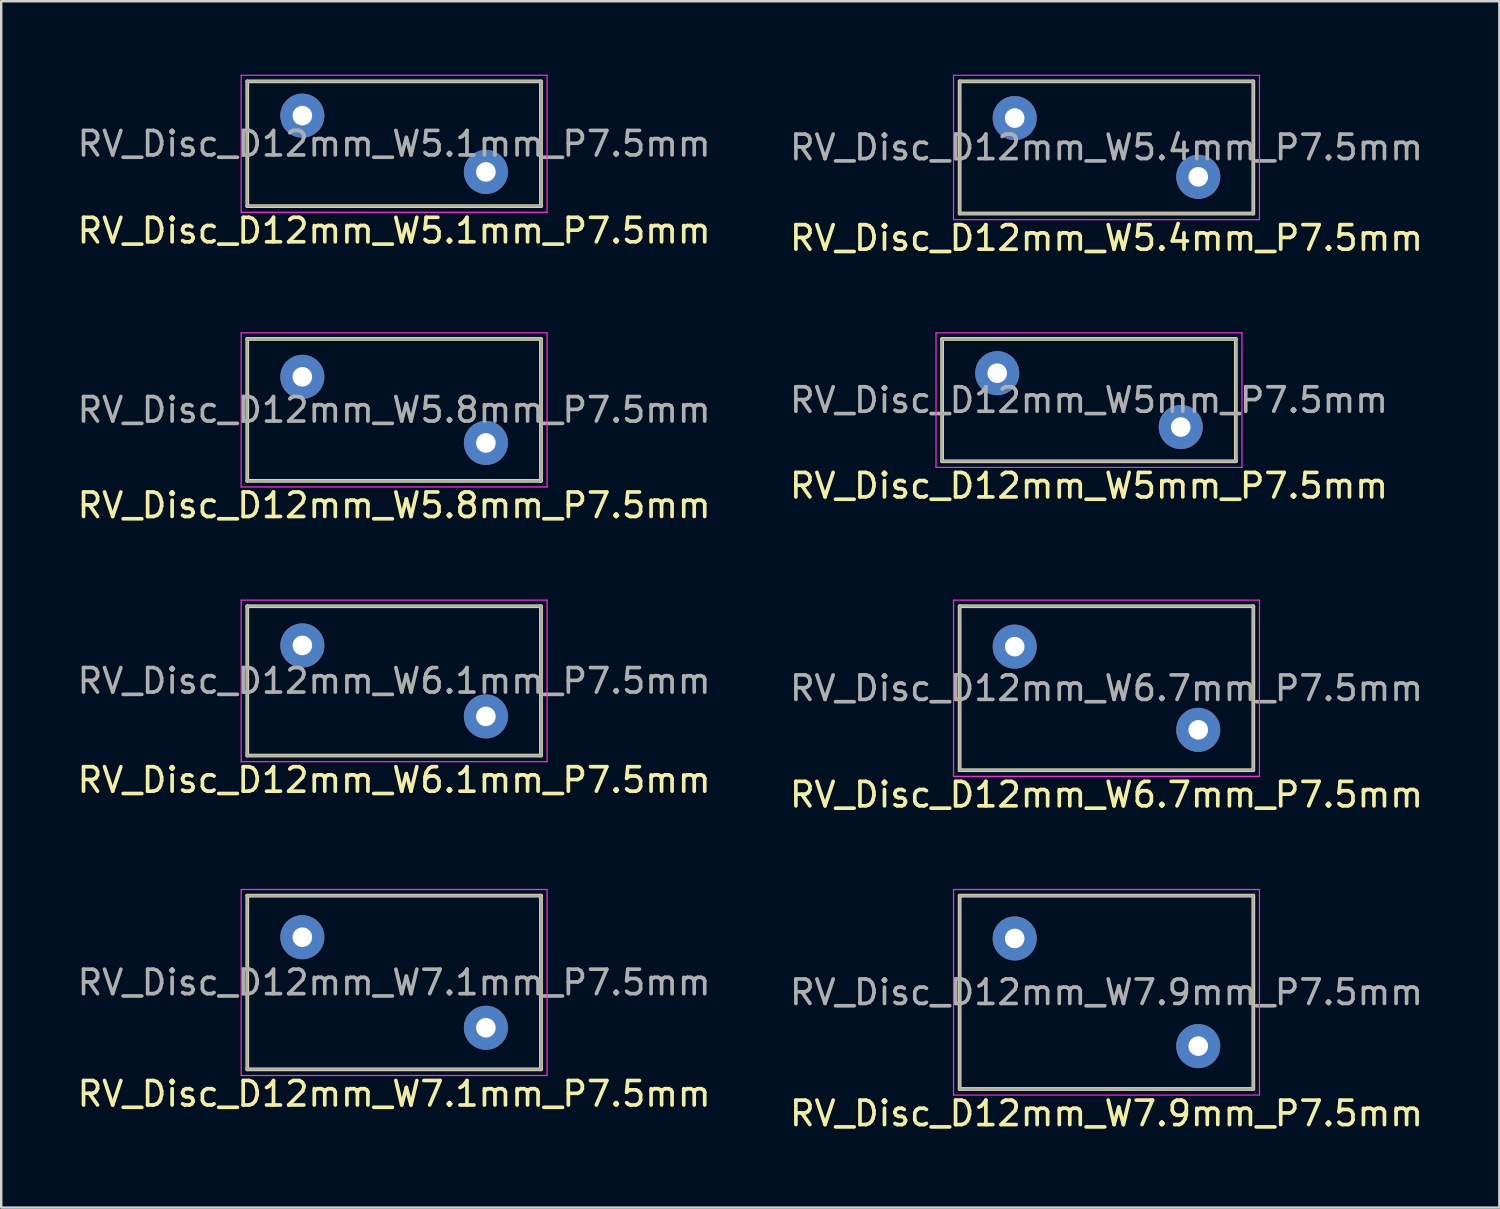
<source format=kicad_pcb>
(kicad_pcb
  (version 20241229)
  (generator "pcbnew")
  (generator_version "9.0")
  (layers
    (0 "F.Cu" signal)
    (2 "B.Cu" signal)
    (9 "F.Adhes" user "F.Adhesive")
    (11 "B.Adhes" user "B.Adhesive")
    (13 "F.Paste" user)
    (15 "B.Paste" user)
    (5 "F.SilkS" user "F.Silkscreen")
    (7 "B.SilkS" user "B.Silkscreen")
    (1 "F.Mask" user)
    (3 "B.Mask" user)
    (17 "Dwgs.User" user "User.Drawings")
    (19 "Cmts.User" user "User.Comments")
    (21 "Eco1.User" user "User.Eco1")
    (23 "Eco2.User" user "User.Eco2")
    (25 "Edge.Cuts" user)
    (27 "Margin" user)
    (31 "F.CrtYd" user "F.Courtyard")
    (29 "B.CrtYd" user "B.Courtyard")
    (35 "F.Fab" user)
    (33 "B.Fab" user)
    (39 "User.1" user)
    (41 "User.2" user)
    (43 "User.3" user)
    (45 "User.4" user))
  (footprint "RV_Disc_D12mm_W7.9mm_P7.5mm"
    (layer "F.Cu")
    (at 38.411 35.295)
    (property "Reference" "RV_Disc_D12mm_W7.9mm_P7.5mm" (at 3.75 7.15 0) (layer "F.SilkS") (effects (font (size 1 1) (thickness 0.15))))
    (attr through_hole)
    (fp_line (start -2.25 -1.75) (end -2.25 6.15) (stroke (width 0.15) (type solid)) (layer "F.SilkS"))
    (fp_line (start -2.25 -1.75) (end 9.75 -1.75) (stroke (width 0.15) (type solid)) (layer "F.SilkS"))
    (fp_line (start -2.25 6.15) (end 9.75 6.15) (stroke (width 0.15) (type solid)) (layer "F.SilkS"))
    (fp_line (start 9.75 -1.75) (end 9.75 6.15) (stroke (width 0.15) (type solid)) (layer "F.SilkS"))
    (fp_line (start -2.5 -2) (end -2.5 6.4) (stroke (width 0.05) (type solid)) (layer "F.CrtYd"))
    (fp_line (start -2.5 -2) (end 10 -2) (stroke (width 0.05) (type solid)) (layer "F.CrtYd"))
    (fp_line (start -2.5 6.4) (end 10 6.4) (stroke (width 0.05) (type solid)) (layer "F.CrtYd"))
    (fp_line (start 10 -2) (end 10 6.4) (stroke (width 0.05) (type solid)) (layer "F.CrtYd"))
    (fp_line (start -2.25 -1.75) (end -2.25 6.15) (stroke (width 0.1) (type solid)) (layer "F.Fab"))
    (fp_line (start -2.25 -1.75) (end 9.75 -1.75) (stroke (width 0.1) (type solid)) (layer "F.Fab"))
    (fp_line (start -2.25 6.15) (end 9.75 6.15) (stroke (width 0.1) (type solid)) (layer "F.Fab"))
    (fp_line (start 9.75 -1.75) (end 9.75 6.15) (stroke (width 0.1) (type solid)) (layer "F.Fab"))
    (fp_text user "${REFERENCE}" (at 3.75 2.2 0) (layer "F.Fab") (effects (font (size 1 1) (thickness 0.15))))
    (pad "1" thru_hole circle (at 0 0) (size 1.8 1.8) (drill 0.8) (layers "*.Cu" "*.Mask"))
    (pad "2" thru_hole circle (at 7.5 4.4) (size 1.8 1.8) (drill 0.8) (layers "*.Cu" "*.Mask")))
  (footprint "RV_Disc_D12mm_W5.8mm_P7.5mm"
    (layer "F.Cu")
    (at 9.304 12.348)
    (property "Reference" "RV_Disc_D12mm_W5.8mm_P7.5mm" (at 3.75 5.25 0) (layer "F.SilkS") (effects (font (size 1 1) (thickness 0.15))))
    (attr through_hole)
    (fp_line (start -2.25 -1.55) (end -2.25 4.25) (stroke (width 0.15) (type solid)) (layer "F.SilkS"))
    (fp_line (start -2.25 -1.55) (end 9.75 -1.55) (stroke (width 0.15) (type solid)) (layer "F.SilkS"))
    (fp_line (start -2.25 4.25) (end 9.75 4.25) (stroke (width 0.15) (type solid)) (layer "F.SilkS"))
    (fp_line (start 9.75 -1.55) (end 9.75 4.25) (stroke (width 0.15) (type solid)) (layer "F.SilkS"))
    (fp_line (start -2.5 -1.8) (end -2.5 4.5) (stroke (width 0.05) (type solid)) (layer "F.CrtYd"))
    (fp_line (start -2.5 -1.8) (end 10 -1.8) (stroke (width 0.05) (type solid)) (layer "F.CrtYd"))
    (fp_line (start -2.5 4.5) (end 10 4.5) (stroke (width 0.05) (type solid)) (layer "F.CrtYd"))
    (fp_line (start 10 -1.8) (end 10 4.5) (stroke (width 0.05) (type solid)) (layer "F.CrtYd"))
    (fp_line (start -2.25 -1.55) (end -2.25 4.25) (stroke (width 0.1) (type solid)) (layer "F.Fab"))
    (fp_line (start -2.25 -1.55) (end 9.75 -1.55) (stroke (width 0.1) (type solid)) (layer "F.Fab"))
    (fp_line (start -2.25 4.25) (end 9.75 4.25) (stroke (width 0.1) (type solid)) (layer "F.Fab"))
    (fp_line (start 9.75 -1.55) (end 9.75 4.25) (stroke (width 0.1) (type solid)) (layer "F.Fab"))
    (fp_text user "${REFERENCE}" (at 3.75 1.35 0) (layer "F.Fab") (effects (font (size 1 1) (thickness 0.15))))
    (pad "1" thru_hole circle (at 0 0) (size 1.8 1.8) (drill 0.8) (layers "*.Cu" "*.Mask"))
    (pad "2" thru_hole circle (at 7.5 2.7) (size 1.8 1.8) (drill 0.8) (layers "*.Cu" "*.Mask")))
  (footprint "RV_Disc_D12mm_W6.7mm_P7.5mm"
    (layer "F.Cu")
    (at 38.411 23.372)
    (property "Reference" "RV_Disc_D12mm_W6.7mm_P7.5mm" (at 3.75 6.05 0) (layer "F.SilkS") (effects (font (size 1 1) (thickness 0.15))))
    (attr through_hole)
    (fp_line (start -2.25 -1.65) (end -2.25 5.05) (stroke (width 0.15) (type solid)) (layer "F.SilkS"))
    (fp_line (start -2.25 -1.65) (end 9.75 -1.65) (stroke (width 0.15) (type solid)) (layer "F.SilkS"))
    (fp_line (start -2.25 5.05) (end 9.75 5.05) (stroke (width 0.15) (type solid)) (layer "F.SilkS"))
    (fp_line (start 9.75 -1.65) (end 9.75 5.05) (stroke (width 0.15) (type solid)) (layer "F.SilkS"))
    (fp_line (start -2.5 -1.9) (end -2.5 5.3) (stroke (width 0.05) (type solid)) (layer "F.CrtYd"))
    (fp_line (start -2.5 -1.9) (end 10 -1.9) (stroke (width 0.05) (type solid)) (layer "F.CrtYd"))
    (fp_line (start -2.5 5.3) (end 10 5.3) (stroke (width 0.05) (type solid)) (layer "F.CrtYd"))
    (fp_line (start 10 -1.9) (end 10 5.3) (stroke (width 0.05) (type solid)) (layer "F.CrtYd"))
    (fp_line (start -2.25 -1.65) (end -2.25 5.05) (stroke (width 0.1) (type solid)) (layer "F.Fab"))
    (fp_line (start -2.25 -1.65) (end 9.75 -1.65) (stroke (width 0.1) (type solid)) (layer "F.Fab"))
    (fp_line (start -2.25 5.05) (end 9.75 5.05) (stroke (width 0.1) (type solid)) (layer "F.Fab"))
    (fp_line (start 9.75 -1.65) (end 9.75 5.05) (stroke (width 0.1) (type solid)) (layer "F.Fab"))
    (fp_text user "${REFERENCE}" (at 3.75 1.7 0) (layer "F.Fab") (effects (font (size 1 1) (thickness 0.15))))
    (pad "1" thru_hole circle (at 0 0) (size 1.8 1.8) (drill 0.8) (layers "*.Cu" "*.Mask"))
    (pad "2" thru_hole circle (at 7.5 3.4) (size 1.8 1.8) (drill 0.8) (layers "*.Cu" "*.Mask")))
  (footprint "RV_Disc_D12mm_W5mm_P7.5mm"
    (layer "F.Cu")
    (at 37.696 12.198)
    (property "Reference" "RV_Disc_D12mm_W5mm_P7.5mm" (at 3.75 4.6 0) (layer "F.SilkS") (effects (font (size 1 1) (thickness 0.15))))
    (attr through_hole)
    (fp_line (start -2.25 -1.4) (end -2.25 3.6) (stroke (width 0.15) (type solid)) (layer "F.SilkS"))
    (fp_line (start -2.25 -1.4) (end 9.75 -1.4) (stroke (width 0.15) (type solid)) (layer "F.SilkS"))
    (fp_line (start -2.25 3.6) (end 9.75 3.6) (stroke (width 0.15) (type solid)) (layer "F.SilkS"))
    (fp_line (start 9.75 -1.4) (end 9.75 3.6) (stroke (width 0.15) (type solid)) (layer "F.SilkS"))
    (fp_line (start -2.5 -1.65) (end -2.5 3.85) (stroke (width 0.05) (type solid)) (layer "F.CrtYd"))
    (fp_line (start -2.5 -1.65) (end 10 -1.65) (stroke (width 0.05) (type solid)) (layer "F.CrtYd"))
    (fp_line (start -2.5 3.85) (end 10 3.85) (stroke (width 0.05) (type solid)) (layer "F.CrtYd"))
    (fp_line (start 10 -1.65) (end 10 3.85) (stroke (width 0.05) (type solid)) (layer "F.CrtYd"))
    (fp_line (start -2.25 -1.4) (end -2.25 3.6) (stroke (width 0.1) (type solid)) (layer "F.Fab"))
    (fp_line (start -2.25 -1.4) (end 9.75 -1.4) (stroke (width 0.1) (type solid)) (layer "F.Fab"))
    (fp_line (start -2.25 3.6) (end 9.75 3.6) (stroke (width 0.1) (type solid)) (layer "F.Fab"))
    (fp_line (start 9.75 -1.4) (end 9.75 3.6) (stroke (width 0.1) (type solid)) (layer "F.Fab"))
    (fp_text user "${REFERENCE}" (at 3.75 1.1 0) (layer "F.Fab") (effects (font (size 1 1) (thickness 0.15))))
    (pad "1" thru_hole circle (at 0 0) (size 1.8 1.8) (drill 0.8) (layers "*.Cu" "*.Mask"))
    (pad "2" thru_hole circle (at 7.5 2.2) (size 1.8 1.8) (drill 0.8) (layers "*.Cu" "*.Mask")))
  (footprint "RV_Disc_D12mm_W7.1mm_P7.5mm"
    (layer "F.Cu")
    (at 9.304 35.245)
    (property "Reference" "RV_Disc_D12mm_W7.1mm_P7.5mm" (at 3.75 6.4 0) (layer "F.SilkS") (effects (font (size 1 1) (thickness 0.15))))
    (attr through_hole)
    (fp_line (start -2.25 -1.7) (end -2.25 5.4) (stroke (width 0.15) (type solid)) (layer "F.SilkS"))
    (fp_line (start -2.25 -1.7) (end 9.75 -1.7) (stroke (width 0.15) (type solid)) (layer "F.SilkS"))
    (fp_line (start -2.25 5.4) (end 9.75 5.4) (stroke (width 0.15) (type solid)) (layer "F.SilkS"))
    (fp_line (start 9.75 -1.7) (end 9.75 5.4) (stroke (width 0.15) (type solid)) (layer "F.SilkS"))
    (fp_line (start -2.5 -1.95) (end -2.5 5.65) (stroke (width 0.05) (type solid)) (layer "F.CrtYd"))
    (fp_line (start -2.5 -1.95) (end 10 -1.95) (stroke (width 0.05) (type solid)) (layer "F.CrtYd"))
    (fp_line (start -2.5 5.65) (end 10 5.65) (stroke (width 0.05) (type solid)) (layer "F.CrtYd"))
    (fp_line (start 10 -1.95) (end 10 5.65) (stroke (width 0.05) (type solid)) (layer "F.CrtYd"))
    (fp_line (start -2.25 -1.7) (end -2.25 5.4) (stroke (width 0.1) (type solid)) (layer "F.Fab"))
    (fp_line (start -2.25 -1.7) (end 9.75 -1.7) (stroke (width 0.1) (type solid)) (layer "F.Fab"))
    (fp_line (start -2.25 5.4) (end 9.75 5.4) (stroke (width 0.1) (type solid)) (layer "F.Fab"))
    (fp_line (start 9.75 -1.7) (end 9.75 5.4) (stroke (width 0.1) (type solid)) (layer "F.Fab"))
    (fp_text user "${REFERENCE}" (at 3.75 1.85 0) (layer "F.Fab") (effects (font (size 1 1) (thickness 0.15))))
    (pad "1" thru_hole circle (at 0 0) (size 1.8 1.8) (drill 0.8) (layers "*.Cu" "*.Mask"))
    (pad "2" thru_hole circle (at 7.5 3.7) (size 1.8 1.8) (drill 0.8) (layers "*.Cu" "*.Mask")))
  (footprint "RV_Disc_D12mm_W6.1mm_P7.5mm"
    (layer "F.Cu")
    (at 9.304 23.322)
    (property "Reference" "RV_Disc_D12mm_W6.1mm_P7.5mm" (at 3.75 5.5 0) (layer "F.SilkS") (effects (font (size 1 1) (thickness 0.15))))
    (attr through_hole)
    (fp_line (start -2.25 -1.6) (end -2.25 4.5) (stroke (width 0.15) (type solid)) (layer "F.SilkS"))
    (fp_line (start -2.25 -1.6) (end 9.75 -1.6) (stroke (width 0.15) (type solid)) (layer "F.SilkS"))
    (fp_line (start -2.25 4.5) (end 9.75 4.5) (stroke (width 0.15) (type solid)) (layer "F.SilkS"))
    (fp_line (start 9.75 -1.6) (end 9.75 4.5) (stroke (width 0.15) (type solid)) (layer "F.SilkS"))
    (fp_line (start -2.5 -1.85) (end -2.5 4.75) (stroke (width 0.05) (type solid)) (layer "F.CrtYd"))
    (fp_line (start -2.5 -1.85) (end 10 -1.85) (stroke (width 0.05) (type solid)) (layer "F.CrtYd"))
    (fp_line (start -2.5 4.75) (end 10 4.75) (stroke (width 0.05) (type solid)) (layer "F.CrtYd"))
    (fp_line (start 10 -1.85) (end 10 4.75) (stroke (width 0.05) (type solid)) (layer "F.CrtYd"))
    (fp_line (start -2.25 -1.6) (end -2.25 4.5) (stroke (width 0.1) (type solid)) (layer "F.Fab"))
    (fp_line (start -2.25 -1.6) (end 9.75 -1.6) (stroke (width 0.1) (type solid)) (layer "F.Fab"))
    (fp_line (start -2.25 4.5) (end 9.75 4.5) (stroke (width 0.1) (type solid)) (layer "F.Fab"))
    (fp_line (start 9.75 -1.6) (end 9.75 4.5) (stroke (width 0.1) (type solid)) (layer "F.Fab"))
    (fp_text user "${REFERENCE}" (at 3.75 1.45 0) (layer "F.Fab") (effects (font (size 1 1) (thickness 0.15))))
    (pad "1" thru_hole circle (at 0 0) (size 1.8 1.8) (drill 0.8) (layers "*.Cu" "*.Mask"))
    (pad "2" thru_hole circle (at 7.5 2.9) (size 1.8 1.8) (drill 0.8) (layers "*.Cu" "*.Mask")))
  (footprint "RV_Disc_D12mm_W5.1mm_P7.5mm"
    (layer "F.Cu")
    (at 9.304 1.675)
    (property "Reference" "RV_Disc_D12mm_W5.1mm_P7.5mm" (at 3.75 4.7 0) (layer "F.SilkS") (effects (font (size 1 1) (thickness 0.15))))
    (attr through_hole)
    (fp_line (start -2.25 -1.4) (end -2.25 3.7) (stroke (width 0.15) (type solid)) (layer "F.SilkS"))
    (fp_line (start -2.25 -1.4) (end 9.75 -1.4) (stroke (width 0.15) (type solid)) (layer "F.SilkS"))
    (fp_line (start -2.25 3.7) (end 9.75 3.7) (stroke (width 0.15) (type solid)) (layer "F.SilkS"))
    (fp_line (start 9.75 -1.4) (end 9.75 3.7) (stroke (width 0.15) (type solid)) (layer "F.SilkS"))
    (fp_line (start -2.5 -1.65) (end -2.5 3.95) (stroke (width 0.05) (type solid)) (layer "F.CrtYd"))
    (fp_line (start -2.5 -1.65) (end 10 -1.65) (stroke (width 0.05) (type solid)) (layer "F.CrtYd"))
    (fp_line (start -2.5 3.95) (end 10 3.95) (stroke (width 0.05) (type solid)) (layer "F.CrtYd"))
    (fp_line (start 10 -1.65) (end 10 3.95) (stroke (width 0.05) (type solid)) (layer "F.CrtYd"))
    (fp_line (start -2.25 -1.4) (end -2.25 3.7) (stroke (width 0.1) (type solid)) (layer "F.Fab"))
    (fp_line (start -2.25 -1.4) (end 9.75 -1.4) (stroke (width 0.1) (type solid)) (layer "F.Fab"))
    (fp_line (start -2.25 3.7) (end 9.75 3.7) (stroke (width 0.1) (type solid)) (layer "F.Fab"))
    (fp_line (start 9.75 -1.4) (end 9.75 3.7) (stroke (width 0.1) (type solid)) (layer "F.Fab"))
    (fp_text user "${REFERENCE}" (at 3.75 1.15 0) (layer "F.Fab") (effects (font (size 1 1) (thickness 0.15))))
    (pad "1" thru_hole circle (at 0 0) (size 1.8 1.8) (drill 0.8) (layers "*.Cu" "*.Mask"))
    (pad "2" thru_hole circle (at 7.5 2.3) (size 1.8 1.8) (drill 0.8) (layers "*.Cu" "*.Mask")))
  (footprint "RV_Disc_D12mm_W5.4mm_P7.5mm"
    (layer "F.Cu")
    (at 38.411 1.775)
    (property "Reference" "RV_Disc_D12mm_W5.4mm_P7.5mm" (at 3.75 4.9 0) (layer "F.SilkS") (effects (font (size 1 1) (thickness 0.15))))
    (attr through_hole)
    (fp_line (start -2.25 -1.5) (end -2.25 3.9) (stroke (width 0.15) (type solid)) (layer "F.SilkS"))
    (fp_line (start -2.25 -1.5) (end 9.75 -1.5) (stroke (width 0.15) (type solid)) (layer "F.SilkS"))
    (fp_line (start -2.25 3.9) (end 9.75 3.9) (stroke (width 0.15) (type solid)) (layer "F.SilkS"))
    (fp_line (start 9.75 -1.5) (end 9.75 3.9) (stroke (width 0.15) (type solid)) (layer "F.SilkS"))
    (fp_line (start -2.5 -1.75) (end -2.5 4.15) (stroke (width 0.05) (type solid)) (layer "F.CrtYd"))
    (fp_line (start -2.5 -1.75) (end 10 -1.75) (stroke (width 0.05) (type solid)) (layer "F.CrtYd"))
    (fp_line (start -2.5 4.15) (end 10 4.15) (stroke (width 0.05) (type solid)) (layer "F.CrtYd"))
    (fp_line (start 10 -1.75) (end 10 4.15) (stroke (width 0.05) (type solid)) (layer "F.CrtYd"))
    (fp_line (start -2.25 -1.5) (end -2.25 3.9) (stroke (width 0.1) (type solid)) (layer "F.Fab"))
    (fp_line (start -2.25 -1.5) (end 9.75 -1.5) (stroke (width 0.1) (type solid)) (layer "F.Fab"))
    (fp_line (start -2.25 3.9) (end 9.75 3.9) (stroke (width 0.1) (type solid)) (layer "F.Fab"))
    (fp_line (start 9.75 -1.5) (end 9.75 3.9) (stroke (width 0.1) (type solid)) (layer "F.Fab"))
    (fp_text user "${REFERENCE}" (at 3.75 1.2 0) (layer "F.Fab") (effects (font (size 1 1) (thickness 0.15))))
    (pad "1" thru_hole circle (at 0 0) (size 1.8 1.8) (drill 0.8) (layers "*.Cu" "*.Mask"))
    (pad "2" thru_hole circle (at 7.5 2.4) (size 1.8 1.8) (drill 0.8) (layers "*.Cu" "*.Mask")))
  (gr_rect
    (start -3 -3)
    (end 58.214 46.293)
    (stroke (width 0.1) (type default))
    (fill no)
    (layer "Edge.Cuts")))
</source>
